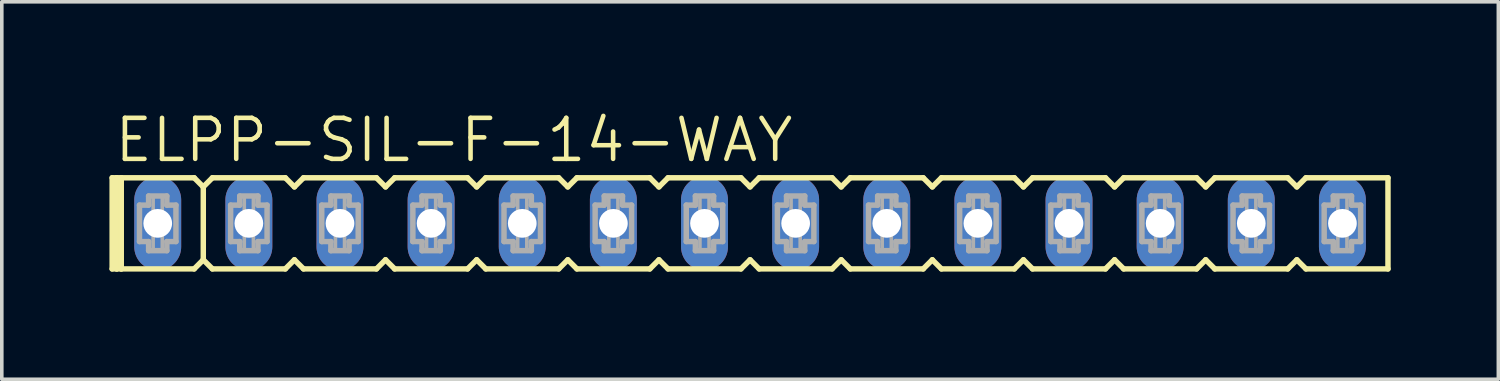
<source format=kicad_pcb>
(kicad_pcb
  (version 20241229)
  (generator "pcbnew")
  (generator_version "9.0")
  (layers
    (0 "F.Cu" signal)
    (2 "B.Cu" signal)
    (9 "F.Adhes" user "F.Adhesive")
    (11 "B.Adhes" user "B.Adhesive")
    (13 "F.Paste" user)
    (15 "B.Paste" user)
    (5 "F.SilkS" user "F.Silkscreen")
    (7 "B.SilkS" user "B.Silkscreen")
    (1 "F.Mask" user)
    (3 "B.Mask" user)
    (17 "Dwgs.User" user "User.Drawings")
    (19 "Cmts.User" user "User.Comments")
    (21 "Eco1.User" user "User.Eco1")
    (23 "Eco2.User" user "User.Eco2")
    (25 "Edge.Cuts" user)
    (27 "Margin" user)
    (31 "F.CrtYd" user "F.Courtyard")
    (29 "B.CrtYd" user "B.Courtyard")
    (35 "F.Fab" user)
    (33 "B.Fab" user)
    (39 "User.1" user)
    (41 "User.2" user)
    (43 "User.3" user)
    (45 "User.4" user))
  (footprint "ELPP-SIL-F-14-WAY"
    (layer "F.Cu")
    (at 17.856 3.175)
    (property "Reference" "ELPP-SIL-F-14-WAY" (at -17.78 -1.651 0) (unlocked yes) (layer "F.SilkS") (effects (font (size 1.143 1.143) (thickness 0.127)) (justify left bottom)))
    (fp_line (start -17.78 -1.27) (end -17.78 1.27) (stroke (width 0.152) (type solid)) (layer "F.SilkS"))
    (fp_line (start -17.78 1.27) (end -17.653 1.27) (stroke (width 0.152) (type solid)) (layer "F.SilkS"))
    (fp_line (start -17.653 -1.27) (end -17.78 -1.27) (stroke (width 0.152) (type solid)) (layer "F.SilkS"))
    (fp_line (start -17.653 -1.27) (end -17.653 1.27) (stroke (width 0.152) (type solid)) (layer "F.SilkS"))
    (fp_line (start -17.653 1.27) (end -17.526 1.27) (stroke (width 0.152) (type solid)) (layer "F.SilkS"))
    (fp_line (start -17.526 -1.27) (end -17.653 -1.27) (stroke (width 0.152) (type solid)) (layer "F.SilkS"))
    (fp_line (start -17.526 -1.27) (end -17.526 1.27) (stroke (width 0.152) (type solid)) (layer "F.SilkS"))
    (fp_line (start -17.526 1.27) (end -15.494 1.27) (stroke (width 0.152) (type solid)) (layer "F.SilkS"))
    (fp_line (start -15.494 -1.27) (end -17.526 -1.27) (stroke (width 0.152) (type solid)) (layer "F.SilkS"))
    (fp_line (start -15.494 1.27) (end -15.24 1.016) (stroke (width 0.152) (type solid)) (layer "F.SilkS"))
    (fp_line (start -15.24 -1.016) (end -15.494 -1.27) (stroke (width 0.152) (type solid)) (layer "F.SilkS"))
    (fp_line (start -15.24 -1.016) (end -15.24 1.016) (stroke (width 0.152) (type solid)) (layer "F.SilkS"))
    (fp_line (start -15.24 1.016) (end -14.986 1.27) (stroke (width 0.152) (type solid)) (layer "F.SilkS"))
    (fp_line (start -14.986 -1.27) (end -15.24 -1.016) (stroke (width 0.152) (type solid)) (layer "F.SilkS"))
    (fp_line (start -14.986 1.27) (end -12.954 1.27) (stroke (width 0.152) (type solid)) (layer "F.SilkS"))
    (fp_line (start -12.954 -1.27) (end -14.986 -1.27) (stroke (width 0.152) (type solid)) (layer "F.SilkS"))
    (fp_line (start -12.954 1.27) (end -12.7 1.016) (stroke (width 0.152) (type solid)) (layer "F.SilkS"))
    (fp_line (start -12.7 -1.016) (end -12.954 -1.27) (stroke (width 0.152) (type solid)) (layer "F.SilkS"))
    (fp_line (start -12.7 1.016) (end -12.446 1.27) (stroke (width 0.152) (type solid)) (layer "F.SilkS"))
    (fp_line (start -12.446 -1.27) (end -12.7 -1.016) (stroke (width 0.152) (type solid)) (layer "F.SilkS"))
    (fp_line (start -12.446 1.27) (end -10.414 1.27) (stroke (width 0.152) (type solid)) (layer "F.SilkS"))
    (fp_line (start -10.414 -1.27) (end -12.446 -1.27) (stroke (width 0.152) (type solid)) (layer "F.SilkS"))
    (fp_line (start -10.414 1.27) (end -10.16 1.016) (stroke (width 0.152) (type solid)) (layer "F.SilkS"))
    (fp_line (start -10.16 -1.016) (end -10.414 -1.27) (stroke (width 0.152) (type solid)) (layer "F.SilkS"))
    (fp_line (start -10.16 1.016) (end -9.906 1.27) (stroke (width 0.152) (type solid)) (layer "F.SilkS"))
    (fp_line (start -9.906 -1.27) (end -10.16 -1.016) (stroke (width 0.152) (type solid)) (layer "F.SilkS"))
    (fp_line (start -9.906 1.27) (end -7.874 1.27) (stroke (width 0.152) (type solid)) (layer "F.SilkS"))
    (fp_line (start -7.874 -1.27) (end -9.906 -1.27) (stroke (width 0.152) (type solid)) (layer "F.SilkS"))
    (fp_line (start -7.874 1.27) (end -7.62 1.016) (stroke (width 0.152) (type solid)) (layer "F.SilkS"))
    (fp_line (start -7.62 -1.016) (end -7.874 -1.27) (stroke (width 0.152) (type solid)) (layer "F.SilkS"))
    (fp_line (start -7.62 1.016) (end -7.366 1.27) (stroke (width 0.152) (type solid)) (layer "F.SilkS"))
    (fp_line (start -7.366 -1.27) (end -7.62 -1.016) (stroke (width 0.152) (type solid)) (layer "F.SilkS"))
    (fp_line (start -7.366 1.27) (end -5.334 1.27) (stroke (width 0.152) (type solid)) (layer "F.SilkS"))
    (fp_line (start -5.334 -1.27) (end -7.366 -1.27) (stroke (width 0.152) (type solid)) (layer "F.SilkS"))
    (fp_line (start -5.334 1.27) (end -5.08 1.016) (stroke (width 0.152) (type solid)) (layer "F.SilkS"))
    (fp_line (start -5.08 -1.016) (end -5.334 -1.27) (stroke (width 0.152) (type solid)) (layer "F.SilkS"))
    (fp_line (start -5.08 1.016) (end -4.826 1.27) (stroke (width 0.152) (type solid)) (layer "F.SilkS"))
    (fp_line (start -4.826 -1.27) (end -5.08 -1.016) (stroke (width 0.152) (type solid)) (layer "F.SilkS"))
    (fp_line (start -4.826 1.27) (end -2.794 1.27) (stroke (width 0.152) (type solid)) (layer "F.SilkS"))
    (fp_line (start -2.794 -1.27) (end -4.826 -1.27) (stroke (width 0.152) (type solid)) (layer "F.SilkS"))
    (fp_line (start -2.794 1.27) (end -2.54 1.016) (stroke (width 0.152) (type solid)) (layer "F.SilkS"))
    (fp_line (start -2.54 -1.016) (end -2.794 -1.27) (stroke (width 0.152) (type solid)) (layer "F.SilkS"))
    (fp_line (start -2.54 1.016) (end -2.286 1.27) (stroke (width 0.152) (type solid)) (layer "F.SilkS"))
    (fp_line (start -2.286 -1.27) (end -2.54 -1.016) (stroke (width 0.152) (type solid)) (layer "F.SilkS"))
    (fp_line (start -2.286 1.27) (end -0.254 1.27) (stroke (width 0.152) (type solid)) (layer "F.SilkS"))
    (fp_line (start -0.254 -1.27) (end -2.286 -1.27) (stroke (width 0.152) (type solid)) (layer "F.SilkS"))
    (fp_line (start -0.254 1.27) (end 0 1.016) (stroke (width 0.152) (type solid)) (layer "F.SilkS"))
    (fp_line (start 0 -1.016) (end -0.254 -1.27) (stroke (width 0.152) (type solid)) (layer "F.SilkS"))
    (fp_line (start 0 1.016) (end 0.254 1.27) (stroke (width 0.152) (type solid)) (layer "F.SilkS"))
    (fp_line (start 0.254 -1.27) (end 0 -1.016) (stroke (width 0.152) (type solid)) (layer "F.SilkS"))
    (fp_line (start 0.254 1.27) (end 2.286 1.27) (stroke (width 0.152) (type solid)) (layer "F.SilkS"))
    (fp_line (start 2.286 -1.27) (end 0.254 -1.27) (stroke (width 0.152) (type solid)) (layer "F.SilkS"))
    (fp_line (start 2.286 1.27) (end 2.54 1.016) (stroke (width 0.152) (type solid)) (layer "F.SilkS"))
    (fp_line (start 2.54 -1.016) (end 2.286 -1.27) (stroke (width 0.152) (type solid)) (layer "F.SilkS"))
    (fp_line (start 2.54 1.016) (end 2.794 1.27) (stroke (width 0.152) (type solid)) (layer "F.SilkS"))
    (fp_line (start 2.794 -1.27) (end 2.54 -1.016) (stroke (width 0.152) (type solid)) (layer "F.SilkS"))
    (fp_line (start 2.794 1.27) (end 4.826 1.27) (stroke (width 0.152) (type solid)) (layer "F.SilkS"))
    (fp_line (start 4.826 -1.27) (end 2.794 -1.27) (stroke (width 0.152) (type solid)) (layer "F.SilkS"))
    (fp_line (start 4.826 1.27) (end 5.08 1.016) (stroke (width 0.152) (type solid)) (layer "F.SilkS"))
    (fp_line (start 5.08 -1.016) (end 4.826 -1.27) (stroke (width 0.152) (type solid)) (layer "F.SilkS"))
    (fp_line (start 5.08 1.016) (end 5.334 1.27) (stroke (width 0.152) (type solid)) (layer "F.SilkS"))
    (fp_line (start 5.334 -1.27) (end 5.08 -1.016) (stroke (width 0.152) (type solid)) (layer "F.SilkS"))
    (fp_line (start 5.334 1.27) (end 7.366 1.27) (stroke (width 0.152) (type solid)) (layer "F.SilkS"))
    (fp_line (start 7.366 -1.27) (end 5.334 -1.27) (stroke (width 0.152) (type solid)) (layer "F.SilkS"))
    (fp_line (start 7.366 1.27) (end 7.62 1.016) (stroke (width 0.152) (type solid)) (layer "F.SilkS"))
    (fp_line (start 7.62 -1.016) (end 7.366 -1.27) (stroke (width 0.152) (type solid)) (layer "F.SilkS"))
    (fp_line (start 7.62 1.016) (end 7.874 1.27) (stroke (width 0.152) (type solid)) (layer "F.SilkS"))
    (fp_line (start 7.874 -1.27) (end 7.62 -1.016) (stroke (width 0.152) (type solid)) (layer "F.SilkS"))
    (fp_line (start 7.874 1.27) (end 9.906 1.27) (stroke (width 0.152) (type solid)) (layer "F.SilkS"))
    (fp_line (start 9.906 -1.27) (end 7.874 -1.27) (stroke (width 0.152) (type solid)) (layer "F.SilkS"))
    (fp_line (start 9.906 1.27) (end 10.16 1.016) (stroke (width 0.152) (type solid)) (layer "F.SilkS"))
    (fp_line (start 10.16 -1.016) (end 9.906 -1.27) (stroke (width 0.152) (type solid)) (layer "F.SilkS"))
    (fp_line (start 10.16 1.016) (end 10.414 1.27) (stroke (width 0.152) (type solid)) (layer "F.SilkS"))
    (fp_line (start 10.414 -1.27) (end 10.16 -1.016) (stroke (width 0.152) (type solid)) (layer "F.SilkS"))
    (fp_line (start 10.414 1.27) (end 12.446 1.27) (stroke (width 0.152) (type solid)) (layer "F.SilkS"))
    (fp_line (start 12.446 -1.27) (end 10.414 -1.27) (stroke (width 0.152) (type solid)) (layer "F.SilkS"))
    (fp_line (start 12.446 1.27) (end 12.7 1.016) (stroke (width 0.152) (type solid)) (layer "F.SilkS"))
    (fp_line (start 12.7 -1.016) (end 12.446 -1.27) (stroke (width 0.152) (type solid)) (layer "F.SilkS"))
    (fp_line (start 12.7 1.016) (end 12.954 1.27) (stroke (width 0.152) (type solid)) (layer "F.SilkS"))
    (fp_line (start 12.954 -1.27) (end 12.7 -1.016) (stroke (width 0.152) (type solid)) (layer "F.SilkS"))
    (fp_line (start 12.954 1.27) (end 14.986 1.27) (stroke (width 0.152) (type solid)) (layer "F.SilkS"))
    (fp_line (start 14.986 -1.27) (end 12.954 -1.27) (stroke (width 0.152) (type solid)) (layer "F.SilkS"))
    (fp_line (start 14.986 1.27) (end 15.24 1.016) (stroke (width 0.152) (type solid)) (layer "F.SilkS"))
    (fp_line (start 15.24 -1.016) (end 14.986 -1.27) (stroke (width 0.152) (type solid)) (layer "F.SilkS"))
    (fp_line (start 15.24 1.016) (end 15.494 1.27) (stroke (width 0.152) (type solid)) (layer "F.SilkS"))
    (fp_line (start 15.494 -1.27) (end 15.24 -1.016) (stroke (width 0.152) (type solid)) (layer "F.SilkS"))
    (fp_line (start 15.494 1.27) (end 17.78 1.27) (stroke (width 0.152) (type solid)) (layer "F.SilkS"))
    (fp_line (start 17.78 -1.27) (end 15.494 -1.27) (stroke (width 0.152) (type solid)) (layer "F.SilkS"))
    (fp_line (start 17.78 1.27) (end 17.78 -1.27) (stroke (width 0.152) (type solid)) (layer "F.SilkS"))
    (fp_line (start -17.018 -0.508) (end -17.018 0.508) (stroke (width 0.152) (type solid)) (layer "F.Fab"))
    (fp_line (start -17.018 0.508) (end -16.764 0.508) (stroke (width 0.152) (type solid)) (layer "F.Fab"))
    (fp_line (start -16.764 -0.762) (end -16.764 -0.508) (stroke (width 0.152) (type solid)) (layer "F.Fab"))
    (fp_line (start -16.764 -0.508) (end -17.018 -0.508) (stroke (width 0.152) (type solid)) (layer "F.Fab"))
    (fp_line (start -16.764 0.508) (end -16.764 0.762) (stroke (width 0.152) (type solid)) (layer "F.Fab"))
    (fp_line (start -16.764 0.762) (end -16.256 0.762) (stroke (width 0.152) (type solid)) (layer "F.Fab"))
    (fp_line (start -16.256 -0.762) (end -16.764 -0.762) (stroke (width 0.152) (type solid)) (layer "F.Fab"))
    (fp_line (start -16.256 -0.508) (end -16.256 -0.762) (stroke (width 0.152) (type solid)) (layer "F.Fab"))
    (fp_line (start -16.256 0.508) (end -16.002 0.508) (stroke (width 0.152) (type solid)) (layer "F.Fab"))
    (fp_line (start -16.256 0.762) (end -16.256 0.508) (stroke (width 0.152) (type solid)) (layer "F.Fab"))
    (fp_line (start -16.002 -0.508) (end -16.256 -0.508) (stroke (width 0.152) (type solid)) (layer "F.Fab"))
    (fp_line (start -16.002 0.508) (end -16.002 -0.508) (stroke (width 0.152) (type solid)) (layer "F.Fab"))
    (fp_line (start -14.478 -0.508) (end -14.478 0.508) (stroke (width 0.152) (type solid)) (layer "F.Fab"))
    (fp_line (start -14.478 0.508) (end -14.224 0.508) (stroke (width 0.152) (type solid)) (layer "F.Fab"))
    (fp_line (start -14.224 -0.762) (end -14.224 -0.508) (stroke (width 0.152) (type solid)) (layer "F.Fab"))
    (fp_line (start -14.224 -0.508) (end -14.478 -0.508) (stroke (width 0.152) (type solid)) (layer "F.Fab"))
    (fp_line (start -14.224 0.508) (end -14.224 0.762) (stroke (width 0.152) (type solid)) (layer "F.Fab"))
    (fp_line (start -14.224 0.762) (end -13.716 0.762) (stroke (width 0.152) (type solid)) (layer "F.Fab"))
    (fp_line (start -13.716 -0.762) (end -14.224 -0.762) (stroke (width 0.152) (type solid)) (layer "F.Fab"))
    (fp_line (start -13.716 -0.508) (end -13.716 -0.762) (stroke (width 0.152) (type solid)) (layer "F.Fab"))
    (fp_line (start -13.716 0.508) (end -13.462 0.508) (stroke (width 0.152) (type solid)) (layer "F.Fab"))
    (fp_line (start -13.716 0.762) (end -13.716 0.508) (stroke (width 0.152) (type solid)) (layer "F.Fab"))
    (fp_line (start -13.462 -0.508) (end -13.716 -0.508) (stroke (width 0.152) (type solid)) (layer "F.Fab"))
    (fp_line (start -13.462 0.508) (end -13.462 -0.508) (stroke (width 0.152) (type solid)) (layer "F.Fab"))
    (fp_line (start -11.938 -0.508) (end -11.938 0.508) (stroke (width 0.152) (type solid)) (layer "F.Fab"))
    (fp_line (start -11.938 0.508) (end -11.684 0.508) (stroke (width 0.152) (type solid)) (layer "F.Fab"))
    (fp_line (start -11.684 -0.762) (end -11.684 -0.508) (stroke (width 0.152) (type solid)) (layer "F.Fab"))
    (fp_line (start -11.684 -0.508) (end -11.938 -0.508) (stroke (width 0.152) (type solid)) (layer "F.Fab"))
    (fp_line (start -11.684 0.508) (end -11.684 0.762) (stroke (width 0.152) (type solid)) (layer "F.Fab"))
    (fp_line (start -11.684 0.762) (end -11.176 0.762) (stroke (width 0.152) (type solid)) (layer "F.Fab"))
    (fp_line (start -11.176 -0.762) (end -11.684 -0.762) (stroke (width 0.152) (type solid)) (layer "F.Fab"))
    (fp_line (start -11.176 -0.508) (end -11.176 -0.762) (stroke (width 0.152) (type solid)) (layer "F.Fab"))
    (fp_line (start -11.176 0.508) (end -10.922 0.508) (stroke (width 0.152) (type solid)) (layer "F.Fab"))
    (fp_line (start -11.176 0.762) (end -11.176 0.508) (stroke (width 0.152) (type solid)) (layer "F.Fab"))
    (fp_line (start -10.922 -0.508) (end -11.176 -0.508) (stroke (width 0.152) (type solid)) (layer "F.Fab"))
    (fp_line (start -10.922 0.508) (end -10.922 -0.508) (stroke (width 0.152) (type solid)) (layer "F.Fab"))
    (fp_line (start -9.398 -0.508) (end -9.398 0.508) (stroke (width 0.152) (type solid)) (layer "F.Fab"))
    (fp_line (start -9.398 0.508) (end -9.144 0.508) (stroke (width 0.152) (type solid)) (layer "F.Fab"))
    (fp_line (start -9.144 -0.762) (end -9.144 -0.508) (stroke (width 0.152) (type solid)) (layer "F.Fab"))
    (fp_line (start -9.144 -0.508) (end -9.398 -0.508) (stroke (width 0.152) (type solid)) (layer "F.Fab"))
    (fp_line (start -9.144 0.508) (end -9.144 0.762) (stroke (width 0.152) (type solid)) (layer "F.Fab"))
    (fp_line (start -9.144 0.762) (end -8.636 0.762) (stroke (width 0.152) (type solid)) (layer "F.Fab"))
    (fp_line (start -8.636 -0.762) (end -9.144 -0.762) (stroke (width 0.152) (type solid)) (layer "F.Fab"))
    (fp_line (start -8.636 -0.508) (end -8.636 -0.762) (stroke (width 0.152) (type solid)) (layer "F.Fab"))
    (fp_line (start -8.636 0.508) (end -8.382 0.508) (stroke (width 0.152) (type solid)) (layer "F.Fab"))
    (fp_line (start -8.636 0.762) (end -8.636 0.508) (stroke (width 0.152) (type solid)) (layer "F.Fab"))
    (fp_line (start -8.382 -0.508) (end -8.636 -0.508) (stroke (width 0.152) (type solid)) (layer "F.Fab"))
    (fp_line (start -8.382 0.508) (end -8.382 -0.508) (stroke (width 0.152) (type solid)) (layer "F.Fab"))
    (fp_line (start -6.858 -0.508) (end -6.858 0.508) (stroke (width 0.152) (type solid)) (layer "F.Fab"))
    (fp_line (start -6.858 0.508) (end -6.604 0.508) (stroke (width 0.152) (type solid)) (layer "F.Fab"))
    (fp_line (start -6.604 -0.762) (end -6.604 -0.508) (stroke (width 0.152) (type solid)) (layer "F.Fab"))
    (fp_line (start -6.604 -0.508) (end -6.858 -0.508) (stroke (width 0.152) (type solid)) (layer "F.Fab"))
    (fp_line (start -6.604 0.508) (end -6.604 0.762) (stroke (width 0.152) (type solid)) (layer "F.Fab"))
    (fp_line (start -6.604 0.762) (end -6.096 0.762) (stroke (width 0.152) (type solid)) (layer "F.Fab"))
    (fp_line (start -6.096 -0.762) (end -6.604 -0.762) (stroke (width 0.152) (type solid)) (layer "F.Fab"))
    (fp_line (start -6.096 -0.508) (end -6.096 -0.762) (stroke (width 0.152) (type solid)) (layer "F.Fab"))
    (fp_line (start -6.096 0.508) (end -5.842 0.508) (stroke (width 0.152) (type solid)) (layer "F.Fab"))
    (fp_line (start -6.096 0.762) (end -6.096 0.508) (stroke (width 0.152) (type solid)) (layer "F.Fab"))
    (fp_line (start -5.842 -0.508) (end -6.096 -0.508) (stroke (width 0.152) (type solid)) (layer "F.Fab"))
    (fp_line (start -5.842 0.508) (end -5.842 -0.508) (stroke (width 0.152) (type solid)) (layer "F.Fab"))
    (fp_line (start -4.318 -0.508) (end -4.318 0.508) (stroke (width 0.152) (type solid)) (layer "F.Fab"))
    (fp_line (start -4.318 0.508) (end -4.064 0.508) (stroke (width 0.152) (type solid)) (layer "F.Fab"))
    (fp_line (start -4.064 -0.762) (end -4.064 -0.508) (stroke (width 0.152) (type solid)) (layer "F.Fab"))
    (fp_line (start -4.064 -0.508) (end -4.318 -0.508) (stroke (width 0.152) (type solid)) (layer "F.Fab"))
    (fp_line (start -4.064 0.508) (end -4.064 0.762) (stroke (width 0.152) (type solid)) (layer "F.Fab"))
    (fp_line (start -4.064 0.762) (end -3.556 0.762) (stroke (width 0.152) (type solid)) (layer "F.Fab"))
    (fp_line (start -3.556 -0.762) (end -4.064 -0.762) (stroke (width 0.152) (type solid)) (layer "F.Fab"))
    (fp_line (start -3.556 -0.508) (end -3.556 -0.762) (stroke (width 0.152) (type solid)) (layer "F.Fab"))
    (fp_line (start -3.556 0.508) (end -3.302 0.508) (stroke (width 0.152) (type solid)) (layer "F.Fab"))
    (fp_line (start -3.556 0.762) (end -3.556 0.508) (stroke (width 0.152) (type solid)) (layer "F.Fab"))
    (fp_line (start -3.302 -0.508) (end -3.556 -0.508) (stroke (width 0.152) (type solid)) (layer "F.Fab"))
    (fp_line (start -3.302 0.508) (end -3.302 -0.508) (stroke (width 0.152) (type solid)) (layer "F.Fab"))
    (fp_line (start -1.778 -0.508) (end -1.778 0.508) (stroke (width 0.152) (type solid)) (layer "F.Fab"))
    (fp_line (start -1.778 0.508) (end -1.524 0.508) (stroke (width 0.152) (type solid)) (layer "F.Fab"))
    (fp_line (start -1.524 -0.762) (end -1.524 -0.508) (stroke (width 0.152) (type solid)) (layer "F.Fab"))
    (fp_line (start -1.524 -0.508) (end -1.778 -0.508) (stroke (width 0.152) (type solid)) (layer "F.Fab"))
    (fp_line (start -1.524 0.508) (end -1.524 0.762) (stroke (width 0.152) (type solid)) (layer "F.Fab"))
    (fp_line (start -1.524 0.762) (end -1.016 0.762) (stroke (width 0.152) (type solid)) (layer "F.Fab"))
    (fp_line (start -1.016 -0.762) (end -1.524 -0.762) (stroke (width 0.152) (type solid)) (layer "F.Fab"))
    (fp_line (start -1.016 -0.508) (end -1.016 -0.762) (stroke (width 0.152) (type solid)) (layer "F.Fab"))
    (fp_line (start -1.016 0.508) (end -0.762 0.508) (stroke (width 0.152) (type solid)) (layer "F.Fab"))
    (fp_line (start -1.016 0.762) (end -1.016 0.508) (stroke (width 0.152) (type solid)) (layer "F.Fab"))
    (fp_line (start -0.762 -0.508) (end -1.016 -0.508) (stroke (width 0.152) (type solid)) (layer "F.Fab"))
    (fp_line (start -0.762 0.508) (end -0.762 -0.508) (stroke (width 0.152) (type solid)) (layer "F.Fab"))
    (fp_line (start 0.762 -0.508) (end 0.762 0.508) (stroke (width 0.152) (type solid)) (layer "F.Fab"))
    (fp_line (start 0.762 0.508) (end 1.016 0.508) (stroke (width 0.152) (type solid)) (layer "F.Fab"))
    (fp_line (start 1.016 -0.762) (end 1.016 -0.508) (stroke (width 0.152) (type solid)) (layer "F.Fab"))
    (fp_line (start 1.016 -0.508) (end 0.762 -0.508) (stroke (width 0.152) (type solid)) (layer "F.Fab"))
    (fp_line (start 1.016 0.508) (end 1.016 0.762) (stroke (width 0.152) (type solid)) (layer "F.Fab"))
    (fp_line (start 1.016 0.762) (end 1.524 0.762) (stroke (width 0.152) (type solid)) (layer "F.Fab"))
    (fp_line (start 1.524 -0.762) (end 1.016 -0.762) (stroke (width 0.152) (type solid)) (layer "F.Fab"))
    (fp_line (start 1.524 -0.508) (end 1.524 -0.762) (stroke (width 0.152) (type solid)) (layer "F.Fab"))
    (fp_line (start 1.524 0.508) (end 1.778 0.508) (stroke (width 0.152) (type solid)) (layer "F.Fab"))
    (fp_line (start 1.524 0.762) (end 1.524 0.508) (stroke (width 0.152) (type solid)) (layer "F.Fab"))
    (fp_line (start 1.778 -0.508) (end 1.524 -0.508) (stroke (width 0.152) (type solid)) (layer "F.Fab"))
    (fp_line (start 1.778 0.508) (end 1.778 -0.508) (stroke (width 0.152) (type solid)) (layer "F.Fab"))
    (fp_line (start 3.302 -0.508) (end 3.302 0.508) (stroke (width 0.152) (type solid)) (layer "F.Fab"))
    (fp_line (start 3.302 0.508) (end 3.556 0.508) (stroke (width 0.152) (type solid)) (layer "F.Fab"))
    (fp_line (start 3.556 -0.762) (end 3.556 -0.508) (stroke (width 0.152) (type solid)) (layer "F.Fab"))
    (fp_line (start 3.556 -0.508) (end 3.302 -0.508) (stroke (width 0.152) (type solid)) (layer "F.Fab"))
    (fp_line (start 3.556 0.508) (end 3.556 0.762) (stroke (width 0.152) (type solid)) (layer "F.Fab"))
    (fp_line (start 3.556 0.762) (end 4.064 0.762) (stroke (width 0.152) (type solid)) (layer "F.Fab"))
    (fp_line (start 4.064 -0.762) (end 3.556 -0.762) (stroke (width 0.152) (type solid)) (layer "F.Fab"))
    (fp_line (start 4.064 -0.508) (end 4.064 -0.762) (stroke (width 0.152) (type solid)) (layer "F.Fab"))
    (fp_line (start 4.064 0.508) (end 4.318 0.508) (stroke (width 0.152) (type solid)) (layer "F.Fab"))
    (fp_line (start 4.064 0.762) (end 4.064 0.508) (stroke (width 0.152) (type solid)) (layer "F.Fab"))
    (fp_line (start 4.318 -0.508) (end 4.064 -0.508) (stroke (width 0.152) (type solid)) (layer "F.Fab"))
    (fp_line (start 4.318 0.508) (end 4.318 -0.508) (stroke (width 0.152) (type solid)) (layer "F.Fab"))
    (fp_line (start 5.842 -0.508) (end 5.842 0.508) (stroke (width 0.152) (type solid)) (layer "F.Fab"))
    (fp_line (start 5.842 0.508) (end 6.096 0.508) (stroke (width 0.152) (type solid)) (layer "F.Fab"))
    (fp_line (start 6.096 -0.762) (end 6.096 -0.508) (stroke (width 0.152) (type solid)) (layer "F.Fab"))
    (fp_line (start 6.096 -0.508) (end 5.842 -0.508) (stroke (width 0.152) (type solid)) (layer "F.Fab"))
    (fp_line (start 6.096 0.508) (end 6.096 0.762) (stroke (width 0.152) (type solid)) (layer "F.Fab"))
    (fp_line (start 6.096 0.762) (end 6.604 0.762) (stroke (width 0.152) (type solid)) (layer "F.Fab"))
    (fp_line (start 6.604 -0.762) (end 6.096 -0.762) (stroke (width 0.152) (type solid)) (layer "F.Fab"))
    (fp_line (start 6.604 -0.508) (end 6.604 -0.762) (stroke (width 0.152) (type solid)) (layer "F.Fab"))
    (fp_line (start 6.604 0.508) (end 6.858 0.508) (stroke (width 0.152) (type solid)) (layer "F.Fab"))
    (fp_line (start 6.604 0.762) (end 6.604 0.508) (stroke (width 0.152) (type solid)) (layer "F.Fab"))
    (fp_line (start 6.858 -0.508) (end 6.604 -0.508) (stroke (width 0.152) (type solid)) (layer "F.Fab"))
    (fp_line (start 6.858 0.508) (end 6.858 -0.508) (stroke (width 0.152) (type solid)) (layer "F.Fab"))
    (fp_line (start 8.382 -0.508) (end 8.382 0.508) (stroke (width 0.152) (type solid)) (layer "F.Fab"))
    (fp_line (start 8.382 0.508) (end 8.636 0.508) (stroke (width 0.152) (type solid)) (layer "F.Fab"))
    (fp_line (start 8.636 -0.762) (end 8.636 -0.508) (stroke (width 0.152) (type solid)) (layer "F.Fab"))
    (fp_line (start 8.636 -0.508) (end 8.382 -0.508) (stroke (width 0.152) (type solid)) (layer "F.Fab"))
    (fp_line (start 8.636 0.508) (end 8.636 0.762) (stroke (width 0.152) (type solid)) (layer "F.Fab"))
    (fp_line (start 8.636 0.762) (end 9.144 0.762) (stroke (width 0.152) (type solid)) (layer "F.Fab"))
    (fp_line (start 9.144 -0.762) (end 8.636 -0.762) (stroke (width 0.152) (type solid)) (layer "F.Fab"))
    (fp_line (start 9.144 -0.508) (end 9.144 -0.762) (stroke (width 0.152) (type solid)) (layer "F.Fab"))
    (fp_line (start 9.144 0.508) (end 9.398 0.508) (stroke (width 0.152) (type solid)) (layer "F.Fab"))
    (fp_line (start 9.144 0.762) (end 9.144 0.508) (stroke (width 0.152) (type solid)) (layer "F.Fab"))
    (fp_line (start 9.398 -0.508) (end 9.144 -0.508) (stroke (width 0.152) (type solid)) (layer "F.Fab"))
    (fp_line (start 9.398 0.508) (end 9.398 -0.508) (stroke (width 0.152) (type solid)) (layer "F.Fab"))
    (fp_line (start 10.922 -0.508) (end 10.922 0.508) (stroke (width 0.152) (type solid)) (layer "F.Fab"))
    (fp_line (start 10.922 0.508) (end 11.176 0.508) (stroke (width 0.152) (type solid)) (layer "F.Fab"))
    (fp_line (start 11.176 -0.762) (end 11.176 -0.508) (stroke (width 0.152) (type solid)) (layer "F.Fab"))
    (fp_line (start 11.176 -0.508) (end 10.922 -0.508) (stroke (width 0.152) (type solid)) (layer "F.Fab"))
    (fp_line (start 11.176 0.508) (end 11.176 0.762) (stroke (width 0.152) (type solid)) (layer "F.Fab"))
    (fp_line (start 11.176 0.762) (end 11.684 0.762) (stroke (width 0.152) (type solid)) (layer "F.Fab"))
    (fp_line (start 11.684 -0.762) (end 11.176 -0.762) (stroke (width 0.152) (type solid)) (layer "F.Fab"))
    (fp_line (start 11.684 -0.508) (end 11.684 -0.762) (stroke (width 0.152) (type solid)) (layer "F.Fab"))
    (fp_line (start 11.684 0.508) (end 11.938 0.508) (stroke (width 0.152) (type solid)) (layer "F.Fab"))
    (fp_line (start 11.684 0.762) (end 11.684 0.508) (stroke (width 0.152) (type solid)) (layer "F.Fab"))
    (fp_line (start 11.938 -0.508) (end 11.684 -0.508) (stroke (width 0.152) (type solid)) (layer "F.Fab"))
    (fp_line (start 11.938 0.508) (end 11.938 -0.508) (stroke (width 0.152) (type solid)) (layer "F.Fab"))
    (fp_line (start 13.462 -0.508) (end 13.462 0.508) (stroke (width 0.152) (type solid)) (layer "F.Fab"))
    (fp_line (start 13.462 0.508) (end 13.716 0.508) (stroke (width 0.152) (type solid)) (layer "F.Fab"))
    (fp_line (start 13.716 -0.762) (end 13.716 -0.508) (stroke (width 0.152) (type solid)) (layer "F.Fab"))
    (fp_line (start 13.716 -0.508) (end 13.462 -0.508) (stroke (width 0.152) (type solid)) (layer "F.Fab"))
    (fp_line (start 13.716 0.508) (end 13.716 0.762) (stroke (width 0.152) (type solid)) (layer "F.Fab"))
    (fp_line (start 13.716 0.762) (end 14.224 0.762) (stroke (width 0.152) (type solid)) (layer "F.Fab"))
    (fp_line (start 14.224 -0.762) (end 13.716 -0.762) (stroke (width 0.152) (type solid)) (layer "F.Fab"))
    (fp_line (start 14.224 -0.508) (end 14.224 -0.762) (stroke (width 0.152) (type solid)) (layer "F.Fab"))
    (fp_line (start 14.224 0.508) (end 14.478 0.508) (stroke (width 0.152) (type solid)) (layer "F.Fab"))
    (fp_line (start 14.224 0.762) (end 14.224 0.508) (stroke (width 0.152) (type solid)) (layer "F.Fab"))
    (fp_line (start 14.478 -0.508) (end 14.224 -0.508) (stroke (width 0.152) (type solid)) (layer "F.Fab"))
    (fp_line (start 14.478 0.508) (end 14.478 -0.508) (stroke (width 0.152) (type solid)) (layer "F.Fab"))
    (fp_line (start 16.002 -0.508) (end 16.002 0.508) (stroke (width 0.152) (type solid)) (layer "F.Fab"))
    (fp_line (start 16.002 0.508) (end 16.256 0.508) (stroke (width 0.152) (type solid)) (layer "F.Fab"))
    (fp_line (start 16.256 -0.762) (end 16.256 -0.508) (stroke (width 0.152) (type solid)) (layer "F.Fab"))
    (fp_line (start 16.256 -0.508) (end 16.002 -0.508) (stroke (width 0.152) (type solid)) (layer "F.Fab"))
    (fp_line (start 16.256 0.508) (end 16.256 0.762) (stroke (width 0.152) (type solid)) (layer "F.Fab"))
    (fp_line (start 16.256 0.762) (end 16.764 0.762) (stroke (width 0.152) (type solid)) (layer "F.Fab"))
    (fp_line (start 16.764 -0.762) (end 16.256 -0.762) (stroke (width 0.152) (type solid)) (layer "F.Fab"))
    (fp_line (start 16.764 -0.508) (end 16.764 -0.762) (stroke (width 0.152) (type solid)) (layer "F.Fab"))
    (fp_line (start 16.764 0.508) (end 17.018 0.508) (stroke (width 0.152) (type solid)) (layer "F.Fab"))
    (fp_line (start 16.764 0.762) (end 16.764 0.508) (stroke (width 0.152) (type solid)) (layer "F.Fab"))
    (fp_line (start 17.018 -0.508) (end 16.764 -0.508) (stroke (width 0.152) (type solid)) (layer "F.Fab"))
    (fp_line (start 17.018 0.508) (end 17.018 -0.508) (stroke (width 0.152) (type solid)) (layer "F.Fab"))
    (fp_poly (pts (xy -16.637 -0.254) (xy -16.383 -0.254) (xy -16.383 -0.762) (xy -16.637 -0.762)) (stroke (width 0.1) (type default)) (fill no) (layer "F.Fab"))
    (fp_poly (pts (xy -16.637 0.762) (xy -16.383 0.762) (xy -16.383 0.254) (xy -16.637 0.254)) (stroke (width 0.1) (type default)) (fill no) (layer "F.Fab"))
    (fp_poly (pts (xy -14.097 -0.254) (xy -13.843 -0.254) (xy -13.843 -0.762) (xy -14.097 -0.762)) (stroke (width 0.1) (type default)) (fill no) (layer "F.Fab"))
    (fp_poly (pts (xy -14.097 0.762) (xy -13.843 0.762) (xy -13.843 0.254) (xy -14.097 0.254)) (stroke (width 0.1) (type default)) (fill no) (layer "F.Fab"))
    (fp_poly (pts (xy -11.557 -0.254) (xy -11.303 -0.254) (xy -11.303 -0.762) (xy -11.557 -0.762)) (stroke (width 0.1) (type default)) (fill no) (layer "F.Fab"))
    (fp_poly (pts (xy -11.557 0.762) (xy -11.303 0.762) (xy -11.303 0.254) (xy -11.557 0.254)) (stroke (width 0.1) (type default)) (fill no) (layer "F.Fab"))
    (fp_poly (pts (xy -9.017 -0.254) (xy -8.763 -0.254) (xy -8.763 -0.762) (xy -9.017 -0.762)) (stroke (width 0.1) (type default)) (fill no) (layer "F.Fab"))
    (fp_poly (pts (xy -9.017 0.762) (xy -8.763 0.762) (xy -8.763 0.254) (xy -9.017 0.254)) (stroke (width 0.1) (type default)) (fill no) (layer "F.Fab"))
    (fp_poly (pts (xy -6.477 -0.254) (xy -6.223 -0.254) (xy -6.223 -0.762) (xy -6.477 -0.762)) (stroke (width 0.1) (type default)) (fill no) (layer "F.Fab"))
    (fp_poly (pts (xy -6.477 0.762) (xy -6.223 0.762) (xy -6.223 0.254) (xy -6.477 0.254)) (stroke (width 0.1) (type default)) (fill no) (layer "F.Fab"))
    (fp_poly (pts (xy -3.937 -0.254) (xy -3.683 -0.254) (xy -3.683 -0.762) (xy -3.937 -0.762)) (stroke (width 0.1) (type default)) (fill no) (layer "F.Fab"))
    (fp_poly (pts (xy -3.937 0.762) (xy -3.683 0.762) (xy -3.683 0.254) (xy -3.937 0.254)) (stroke (width 0.1) (type default)) (fill no) (layer "F.Fab"))
    (fp_poly (pts (xy -1.397 -0.254) (xy -1.143 -0.254) (xy -1.143 -0.762) (xy -1.397 -0.762)) (stroke (width 0.1) (type default)) (fill no) (layer "F.Fab"))
    (fp_poly (pts (xy -1.397 0.762) (xy -1.143 0.762) (xy -1.143 0.254) (xy -1.397 0.254)) (stroke (width 0.1) (type default)) (fill no) (layer "F.Fab"))
    (fp_poly (pts (xy 1.143 -0.254) (xy 1.397 -0.254) (xy 1.397 -0.762) (xy 1.143 -0.762)) (stroke (width 0.1) (type default)) (fill no) (layer "F.Fab"))
    (fp_poly (pts (xy 1.143 0.762) (xy 1.397 0.762) (xy 1.397 0.254) (xy 1.143 0.254)) (stroke (width 0.1) (type default)) (fill no) (layer "F.Fab"))
    (fp_poly (pts (xy 3.683 -0.254) (xy 3.937 -0.254) (xy 3.937 -0.762) (xy 3.683 -0.762)) (stroke (width 0.1) (type default)) (fill no) (layer "F.Fab"))
    (fp_poly (pts (xy 3.683 0.762) (xy 3.937 0.762) (xy 3.937 0.254) (xy 3.683 0.254)) (stroke (width 0.1) (type default)) (fill no) (layer "F.Fab"))
    (fp_poly (pts (xy 6.223 -0.254) (xy 6.477 -0.254) (xy 6.477 -0.762) (xy 6.223 -0.762)) (stroke (width 0.1) (type default)) (fill no) (layer "F.Fab"))
    (fp_poly (pts (xy 6.223 0.762) (xy 6.477 0.762) (xy 6.477 0.254) (xy 6.223 0.254)) (stroke (width 0.1) (type default)) (fill no) (layer "F.Fab"))
    (fp_poly (pts (xy 8.763 -0.254) (xy 9.017 -0.254) (xy 9.017 -0.762) (xy 8.763 -0.762)) (stroke (width 0.1) (type default)) (fill no) (layer "F.Fab"))
    (fp_poly (pts (xy 8.763 0.762) (xy 9.017 0.762) (xy 9.017 0.254) (xy 8.763 0.254)) (stroke (width 0.1) (type default)) (fill no) (layer "F.Fab"))
    (fp_poly (pts (xy 11.303 -0.254) (xy 11.557 -0.254) (xy 11.557 -0.762) (xy 11.303 -0.762)) (stroke (width 0.1) (type default)) (fill no) (layer "F.Fab"))
    (fp_poly (pts (xy 11.303 0.762) (xy 11.557 0.762) (xy 11.557 0.254) (xy 11.303 0.254)) (stroke (width 0.1) (type default)) (fill no) (layer "F.Fab"))
    (fp_poly (pts (xy 13.843 -0.254) (xy 14.097 -0.254) (xy 14.097 -0.762) (xy 13.843 -0.762)) (stroke (width 0.1) (type default)) (fill no) (layer "F.Fab"))
    (fp_poly (pts (xy 13.843 0.762) (xy 14.097 0.762) (xy 14.097 0.254) (xy 13.843 0.254)) (stroke (width 0.1) (type default)) (fill no) (layer "F.Fab"))
    (fp_poly (pts (xy 16.383 -0.254) (xy 16.637 -0.254) (xy 16.637 -0.762) (xy 16.383 -0.762)) (stroke (width 0.1) (type default)) (fill no) (layer "F.Fab"))
    (fp_poly (pts (xy 16.383 0.762) (xy 16.637 0.762) (xy 16.637 0.254) (xy 16.383 0.254)) (stroke (width 0.1) (type default)) (fill no) (layer "F.Fab"))
    (pad "1" thru_hole oval (at -16.51 0 90) (size 2.616 1.308) (drill 0.8) (layers "*.Cu" "*.Mask"))
    (pad "2" thru_hole oval (at -13.97 0 90) (size 2.616 1.308) (drill 0.8) (layers "*.Cu" "*.Mask"))
    (pad "3" thru_hole oval (at -11.43 0 90) (size 2.616 1.308) (drill 0.8) (layers "*.Cu" "*.Mask"))
    (pad "4" thru_hole oval (at -8.89 0 90) (size 2.616 1.308) (drill 0.8) (layers "*.Cu" "*.Mask"))
    (pad "5" thru_hole oval (at -6.35 0 90) (size 2.616 1.308) (drill 0.8) (layers "*.Cu" "*.Mask"))
    (pad "6" thru_hole oval (at -3.81 0 90) (size 2.616 1.308) (drill 0.8) (layers "*.Cu" "*.Mask"))
    (pad "7" thru_hole oval (at -1.27 0 90) (size 2.616 1.308) (drill 0.8) (layers "*.Cu" "*.Mask"))
    (pad "8" thru_hole oval (at 1.27 0 90) (size 2.616 1.308) (drill 0.8) (layers "*.Cu" "*.Mask"))
    (pad "9" thru_hole oval (at 3.81 0 90) (size 2.616 1.308) (drill 0.8) (layers "*.Cu" "*.Mask"))
    (pad "10" thru_hole oval (at 6.35 0 90) (size 2.616 1.308) (drill 0.8) (layers "*.Cu" "*.Mask"))
    (pad "11" thru_hole oval (at 8.89 0 90) (size 2.616 1.308) (drill 0.8) (layers "*.Cu" "*.Mask"))
    (pad "12" thru_hole oval (at 11.43 0 90) (size 2.616 1.308) (drill 0.8) (layers "*.Cu" "*.Mask"))
    (pad "13" thru_hole oval (at 13.97 0 90) (size 2.616 1.308) (drill 0.8) (layers "*.Cu" "*.Mask"))
    (pad "14" thru_hole oval (at 16.51 0 90) (size 2.616 1.308) (drill 0.8) (layers "*.Cu" "*.Mask")))
  (gr_rect
    (start -3 -3)
    (end 38.712 7.521)
    (stroke (width 0.1) (type default))
    (fill no)
    (layer "Edge.Cuts")))
</source>
